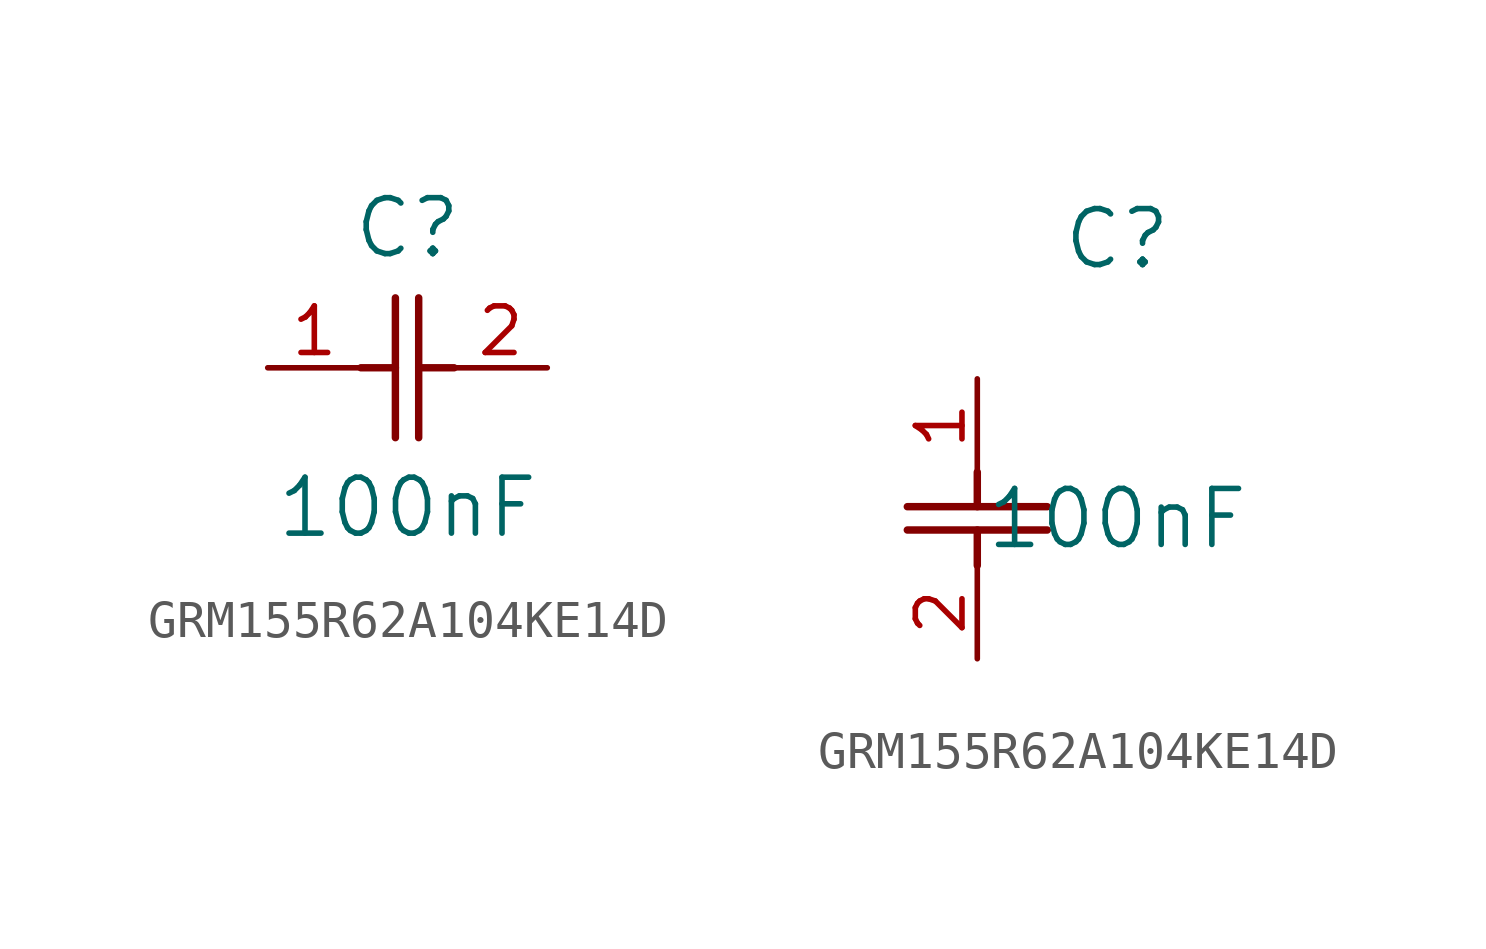
<source format=kicad_sym>
(kicad_symbol_lib
  (version 20220914)
  (generator kicad_symbol_editor)
  (symbol "GRM155R62A104KE14D"
    (pin_names
      (offset 0.254))
    (property "Reference" "C"
      (at 3.81 3.81 0)
      (effects (font (size 1.524 1.524))))
    (property "Value" "100nF"
      (at 3.81 -3.81 0)
      (effects (font (size 1.524 1.524))))
    (symbol "GRM155R62A104KE14D_1_1"
      (polyline (pts (xy 2.54 0) (xy 3.48 0)) (stroke (width 0.203) (type default)) (fill (type none)))
      (polyline (pts (xy 3.48 -1.905) (xy 3.48 1.905)) (stroke (width 0.203) (type default)) (fill (type none)))
      (polyline (pts (xy 4.115 -1.905) (xy 4.115 1.905)) (stroke (width 0.203) (type default)) (fill (type none)))
      (polyline (pts (xy 4.115 0) (xy 5.08 0)) (stroke (width 0.203) (type default)) (fill (type none)))
      (pin unspecified line (at 0 0 0) (length 2.54) (name "" (effects (font (size 1.27 1.27)))) (number "1" (effects (font (size 1.27 1.27)))))
      (pin unspecified line (at 7.62 0 180) (length 2.54) (name "" (effects (font (size 1.27 1.27)))) (number "2" (effects (font (size 1.27 1.27))))))
    (symbol "GRM155R62A104KE14D_1_2"
      (polyline (pts (xy -1.905 -4.115) (xy 1.905 -4.115)) (stroke (width 0.203) (type default)) (fill (type none)))
      (polyline (pts (xy -1.905 -3.48) (xy 1.905 -3.48)) (stroke (width 0.203) (type default)) (fill (type none)))
      (polyline (pts (xy 0 -4.115) (xy 0 -5.08)) (stroke (width 0.203) (type default)) (fill (type none)))
      (polyline (pts (xy 0 -2.54) (xy 0 -3.48)) (stroke (width 0.203) (type default)) (fill (type none)))
      (pin unspecified line (at 0 0 270) (length 2.54) (name "" (effects (font (size 1.27 1.27)))) (number "1" (effects (font (size 1.27 1.27)))))
      (pin unspecified line (at 0 -7.62 90) (length 2.54) (name "" (effects (font (size 1.27 1.27)))) (number "2" (effects (font (size 1.27 1.27))))))))
</source>
